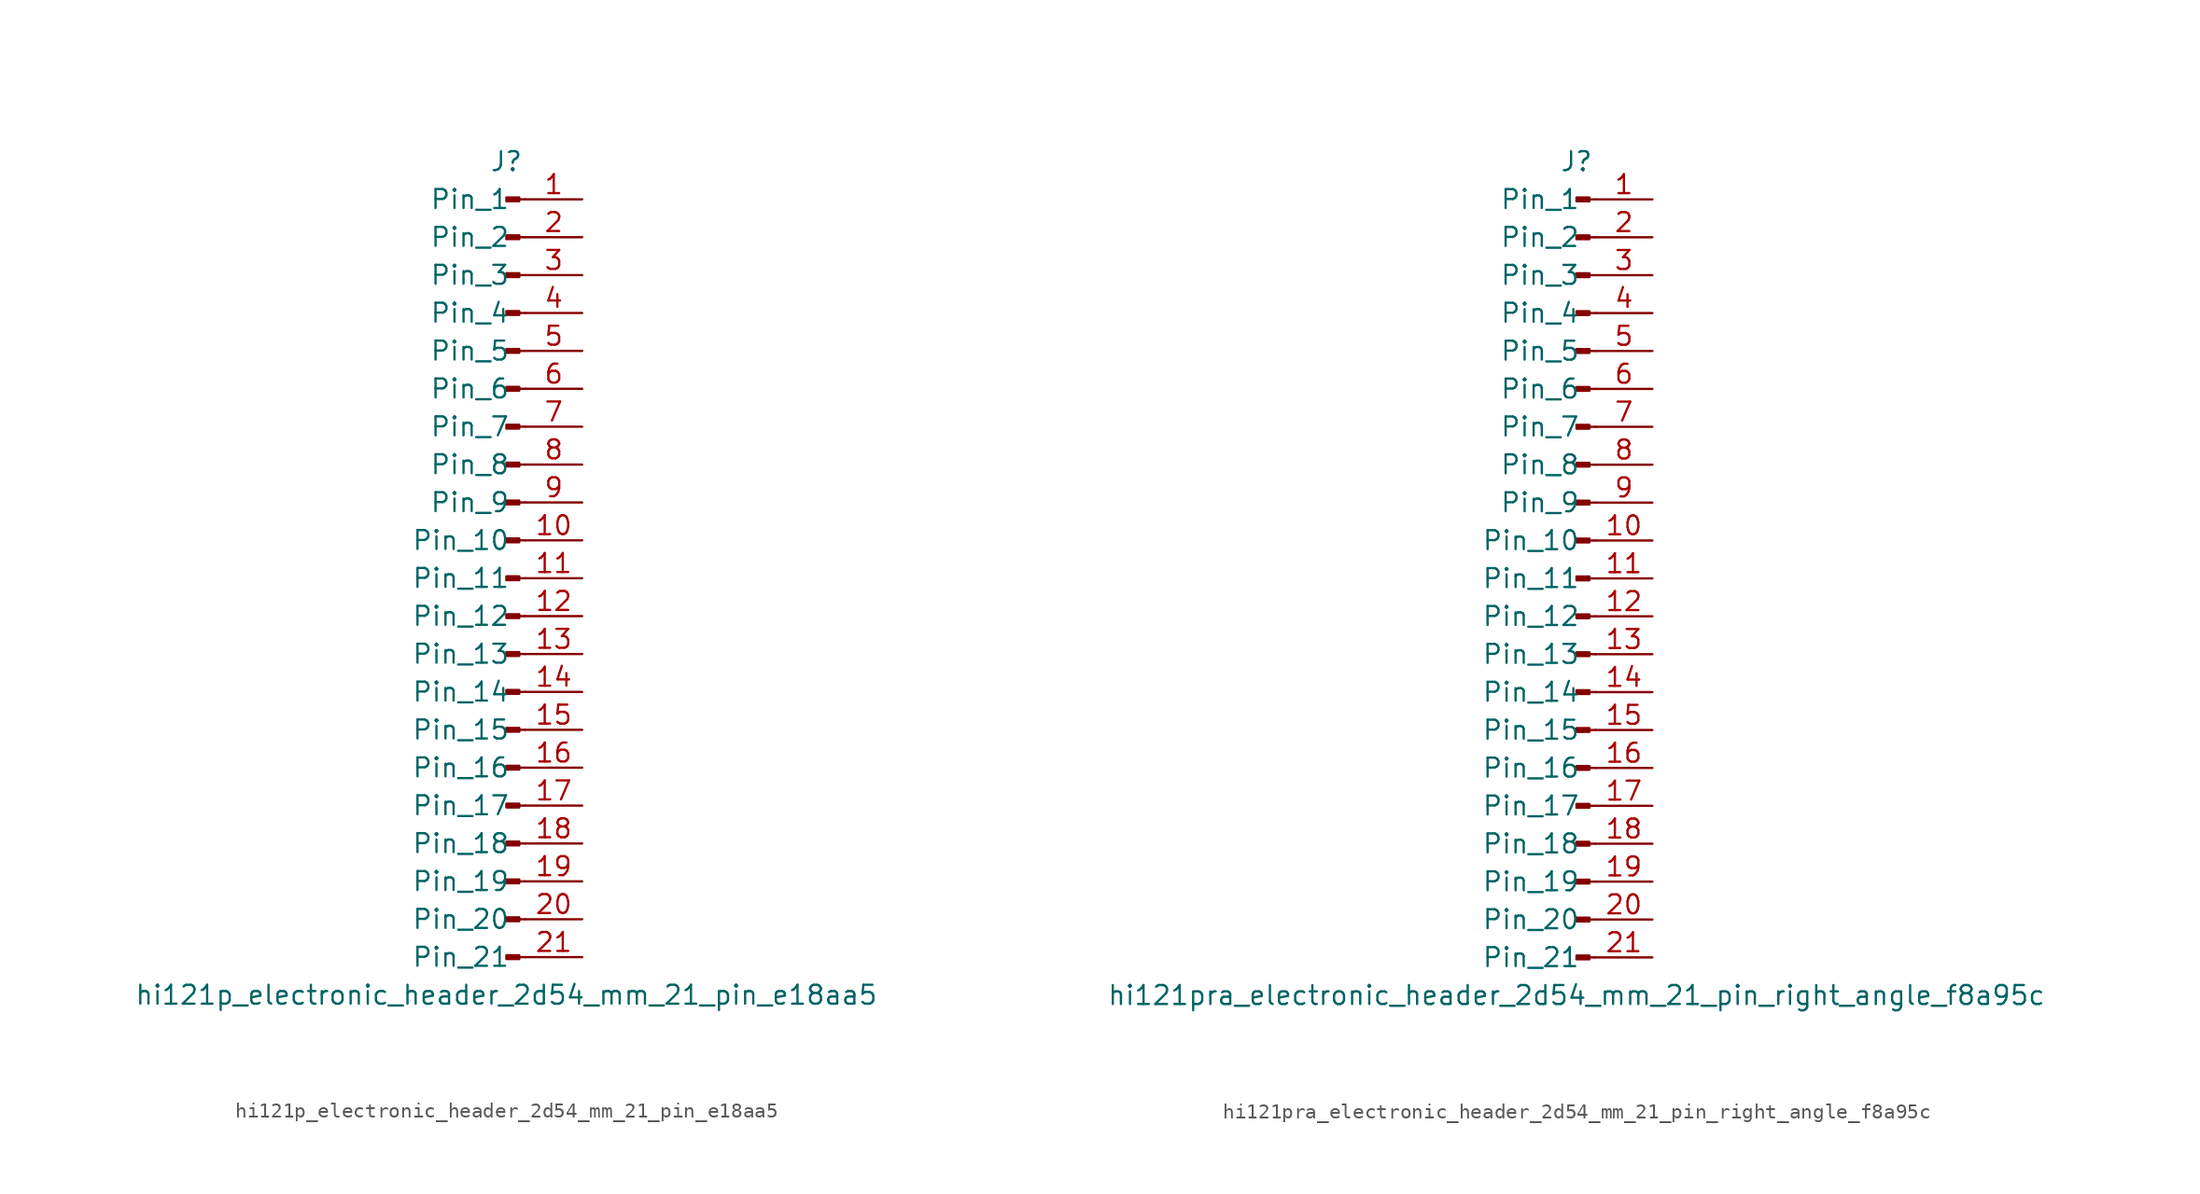
<source format=kicad_sym>
(kicad_symbol_lib
  (version 20220914)
  (generator kicad_symbol_editor)
  (symbol "hi121p_electronic_header_2d54_mm_21_pin_e18aa5"
    (pin_names
      (offset 1.016))
    (property "Reference" "J"
      (at 0 27.94 0)
      (effects (font (size 1.27 1.27))))
    (property "Value" "hi121p_electronic_header_2d54_mm_21_pin_e18aa5"
      (at 0 -27.94 0)
      (effects (font (size 1.27 1.27))))
    (property "ki_locked" ""
      (at 0 0 0)
      (effects (font (size 1.27 1.27))))
    (symbol "hi121p_electronic_header_2d54_mm_21_pin_e18aa5_1_1"
      (polyline (pts (xy 1.27 -25.4) (xy 0.864 -25.4)) (stroke (width 0.152) (type default)) (fill (type none)))
      (polyline (pts (xy 1.27 -22.86) (xy 0.864 -22.86)) (stroke (width 0.152) (type default)) (fill (type none)))
      (polyline (pts (xy 1.27 -20.32) (xy 0.864 -20.32)) (stroke (width 0.152) (type default)) (fill (type none)))
      (polyline (pts (xy 1.27 -17.78) (xy 0.864 -17.78)) (stroke (width 0.152) (type default)) (fill (type none)))
      (polyline (pts (xy 1.27 -15.24) (xy 0.864 -15.24)) (stroke (width 0.152) (type default)) (fill (type none)))
      (polyline (pts (xy 1.27 -12.7) (xy 0.864 -12.7)) (stroke (width 0.152) (type default)) (fill (type none)))
      (polyline (pts (xy 1.27 -10.16) (xy 0.864 -10.16)) (stroke (width 0.152) (type default)) (fill (type none)))
      (polyline (pts (xy 1.27 -7.62) (xy 0.864 -7.62)) (stroke (width 0.152) (type default)) (fill (type none)))
      (polyline (pts (xy 1.27 -5.08) (xy 0.864 -5.08)) (stroke (width 0.152) (type default)) (fill (type none)))
      (polyline (pts (xy 1.27 -2.54) (xy 0.864 -2.54)) (stroke (width 0.152) (type default)) (fill (type none)))
      (polyline (pts (xy 1.27 0) (xy 0.864 0)) (stroke (width 0.152) (type default)) (fill (type none)))
      (polyline (pts (xy 1.27 2.54) (xy 0.864 2.54)) (stroke (width 0.152) (type default)) (fill (type none)))
      (polyline (pts (xy 1.27 5.08) (xy 0.864 5.08)) (stroke (width 0.152) (type default)) (fill (type none)))
      (polyline (pts (xy 1.27 7.62) (xy 0.864 7.62)) (stroke (width 0.152) (type default)) (fill (type none)))
      (polyline (pts (xy 1.27 10.16) (xy 0.864 10.16)) (stroke (width 0.152) (type default)) (fill (type none)))
      (polyline (pts (xy 1.27 12.7) (xy 0.864 12.7)) (stroke (width 0.152) (type default)) (fill (type none)))
      (polyline (pts (xy 1.27 15.24) (xy 0.864 15.24)) (stroke (width 0.152) (type default)) (fill (type none)))
      (polyline (pts (xy 1.27 17.78) (xy 0.864 17.78)) (stroke (width 0.152) (type default)) (fill (type none)))
      (polyline (pts (xy 1.27 20.32) (xy 0.864 20.32)) (stroke (width 0.152) (type default)) (fill (type none)))
      (polyline (pts (xy 1.27 22.86) (xy 0.864 22.86)) (stroke (width 0.152) (type default)) (fill (type none)))
      (polyline (pts (xy 1.27 25.4) (xy 0.864 25.4)) (stroke (width 0.152) (type default)) (fill (type none)))
      (rectangle (start 0.864 -25.273) (end 0 -25.527) (stroke (width 0.152) (type default)) (fill (type outline)))
      (rectangle (start 0.864 -22.733) (end 0 -22.987) (stroke (width 0.152) (type default)) (fill (type outline)))
      (rectangle (start 0.864 -20.193) (end 0 -20.447) (stroke (width 0.152) (type default)) (fill (type outline)))
      (rectangle (start 0.864 -17.653) (end 0 -17.907) (stroke (width 0.152) (type default)) (fill (type outline)))
      (rectangle (start 0.864 -15.113) (end 0 -15.367) (stroke (width 0.152) (type default)) (fill (type outline)))
      (rectangle (start 0.864 -12.573) (end 0 -12.827) (stroke (width 0.152) (type default)) (fill (type outline)))
      (rectangle (start 0.864 -10.033) (end 0 -10.287) (stroke (width 0.152) (type default)) (fill (type outline)))
      (rectangle (start 0.864 -7.493) (end 0 -7.747) (stroke (width 0.152) (type default)) (fill (type outline)))
      (rectangle (start 0.864 -4.953) (end 0 -5.207) (stroke (width 0.152) (type default)) (fill (type outline)))
      (rectangle (start 0.864 -2.413) (end 0 -2.667) (stroke (width 0.152) (type default)) (fill (type outline)))
      (rectangle (start 0.864 0.127) (end 0 -0.127) (stroke (width 0.152) (type default)) (fill (type outline)))
      (rectangle (start 0.864 2.667) (end 0 2.413) (stroke (width 0.152) (type default)) (fill (type outline)))
      (rectangle (start 0.864 5.207) (end 0 4.953) (stroke (width 0.152) (type default)) (fill (type outline)))
      (rectangle (start 0.864 7.747) (end 0 7.493) (stroke (width 0.152) (type default)) (fill (type outline)))
      (rectangle (start 0.864 10.287) (end 0 10.033) (stroke (width 0.152) (type default)) (fill (type outline)))
      (rectangle (start 0.864 12.827) (end 0 12.573) (stroke (width 0.152) (type default)) (fill (type outline)))
      (rectangle (start 0.864 15.367) (end 0 15.113) (stroke (width 0.152) (type default)) (fill (type outline)))
      (rectangle (start 0.864 17.907) (end 0 17.653) (stroke (width 0.152) (type default)) (fill (type outline)))
      (rectangle (start 0.864 20.447) (end 0 20.193) (stroke (width 0.152) (type default)) (fill (type outline)))
      (rectangle (start 0.864 22.987) (end 0 22.733) (stroke (width 0.152) (type default)) (fill (type outline)))
      (rectangle (start 0.864 25.527) (end 0 25.273) (stroke (width 0.152) (type default)) (fill (type outline)))
      (pin passive line (at 5.08 25.4 180) (length 3.81) (name "Pin_1" (effects (font (size 1.27 1.27)))) (number "1" (effects (font (size 1.27 1.27)))))
      (pin passive line (at 5.08 2.54 180) (length 3.81) (name "Pin_10" (effects (font (size 1.27 1.27)))) (number "10" (effects (font (size 1.27 1.27)))))
      (pin passive line (at 5.08 0 180) (length 3.81) (name "Pin_11" (effects (font (size 1.27 1.27)))) (number "11" (effects (font (size 1.27 1.27)))))
      (pin passive line (at 5.08 -2.54 180) (length 3.81) (name "Pin_12" (effects (font (size 1.27 1.27)))) (number "12" (effects (font (size 1.27 1.27)))))
      (pin passive line (at 5.08 -5.08 180) (length 3.81) (name "Pin_13" (effects (font (size 1.27 1.27)))) (number "13" (effects (font (size 1.27 1.27)))))
      (pin passive line (at 5.08 -7.62 180) (length 3.81) (name "Pin_14" (effects (font (size 1.27 1.27)))) (number "14" (effects (font (size 1.27 1.27)))))
      (pin passive line (at 5.08 -10.16 180) (length 3.81) (name "Pin_15" (effects (font (size 1.27 1.27)))) (number "15" (effects (font (size 1.27 1.27)))))
      (pin passive line (at 5.08 -12.7 180) (length 3.81) (name "Pin_16" (effects (font (size 1.27 1.27)))) (number "16" (effects (font (size 1.27 1.27)))))
      (pin passive line (at 5.08 -15.24 180) (length 3.81) (name "Pin_17" (effects (font (size 1.27 1.27)))) (number "17" (effects (font (size 1.27 1.27)))))
      (pin passive line (at 5.08 -17.78 180) (length 3.81) (name "Pin_18" (effects (font (size 1.27 1.27)))) (number "18" (effects (font (size 1.27 1.27)))))
      (pin passive line (at 5.08 -20.32 180) (length 3.81) (name "Pin_19" (effects (font (size 1.27 1.27)))) (number "19" (effects (font (size 1.27 1.27)))))
      (pin passive line (at 5.08 22.86 180) (length 3.81) (name "Pin_2" (effects (font (size 1.27 1.27)))) (number "2" (effects (font (size 1.27 1.27)))))
      (pin passive line (at 5.08 -22.86 180) (length 3.81) (name "Pin_20" (effects (font (size 1.27 1.27)))) (number "20" (effects (font (size 1.27 1.27)))))
      (pin passive line (at 5.08 -25.4 180) (length 3.81) (name "Pin_21" (effects (font (size 1.27 1.27)))) (number "21" (effects (font (size 1.27 1.27)))))
      (pin passive line (at 5.08 20.32 180) (length 3.81) (name "Pin_3" (effects (font (size 1.27 1.27)))) (number "3" (effects (font (size 1.27 1.27)))))
      (pin passive line (at 5.08 17.78 180) (length 3.81) (name "Pin_4" (effects (font (size 1.27 1.27)))) (number "4" (effects (font (size 1.27 1.27)))))
      (pin passive line (at 5.08 15.24 180) (length 3.81) (name "Pin_5" (effects (font (size 1.27 1.27)))) (number "5" (effects (font (size 1.27 1.27)))))
      (pin passive line (at 5.08 12.7 180) (length 3.81) (name "Pin_6" (effects (font (size 1.27 1.27)))) (number "6" (effects (font (size 1.27 1.27)))))
      (pin passive line (at 5.08 10.16 180) (length 3.81) (name "Pin_7" (effects (font (size 1.27 1.27)))) (number "7" (effects (font (size 1.27 1.27)))))
      (pin passive line (at 5.08 7.62 180) (length 3.81) (name "Pin_8" (effects (font (size 1.27 1.27)))) (number "8" (effects (font (size 1.27 1.27)))))
      (pin passive line (at 5.08 5.08 180) (length 3.81) (name "Pin_9" (effects (font (size 1.27 1.27)))) (number "9" (effects (font (size 1.27 1.27)))))))
  (symbol "hi121pra_electronic_header_2d54_mm_21_pin_right_angle_f8a95c"
    (pin_names
      (offset 1.016))
    (property "Reference" "J"
      (at 0 27.94 0)
      (effects (font (size 1.27 1.27))))
    (property "Value" "hi121pra_electronic_header_2d54_mm_21_pin_right_angle_f8a95c"
      (at 0 -27.94 0)
      (effects (font (size 1.27 1.27))))
    (property "ki_locked" ""
      (at 0 0 0)
      (effects (font (size 1.27 1.27))))
    (symbol "hi121pra_electronic_header_2d54_mm_21_pin_right_angle_f8a95c_1_1"
      (polyline (pts (xy 1.27 -25.4) (xy 0.864 -25.4)) (stroke (width 0.152) (type default)) (fill (type none)))
      (polyline (pts (xy 1.27 -22.86) (xy 0.864 -22.86)) (stroke (width 0.152) (type default)) (fill (type none)))
      (polyline (pts (xy 1.27 -20.32) (xy 0.864 -20.32)) (stroke (width 0.152) (type default)) (fill (type none)))
      (polyline (pts (xy 1.27 -17.78) (xy 0.864 -17.78)) (stroke (width 0.152) (type default)) (fill (type none)))
      (polyline (pts (xy 1.27 -15.24) (xy 0.864 -15.24)) (stroke (width 0.152) (type default)) (fill (type none)))
      (polyline (pts (xy 1.27 -12.7) (xy 0.864 -12.7)) (stroke (width 0.152) (type default)) (fill (type none)))
      (polyline (pts (xy 1.27 -10.16) (xy 0.864 -10.16)) (stroke (width 0.152) (type default)) (fill (type none)))
      (polyline (pts (xy 1.27 -7.62) (xy 0.864 -7.62)) (stroke (width 0.152) (type default)) (fill (type none)))
      (polyline (pts (xy 1.27 -5.08) (xy 0.864 -5.08)) (stroke (width 0.152) (type default)) (fill (type none)))
      (polyline (pts (xy 1.27 -2.54) (xy 0.864 -2.54)) (stroke (width 0.152) (type default)) (fill (type none)))
      (polyline (pts (xy 1.27 0) (xy 0.864 0)) (stroke (width 0.152) (type default)) (fill (type none)))
      (polyline (pts (xy 1.27 2.54) (xy 0.864 2.54)) (stroke (width 0.152) (type default)) (fill (type none)))
      (polyline (pts (xy 1.27 5.08) (xy 0.864 5.08)) (stroke (width 0.152) (type default)) (fill (type none)))
      (polyline (pts (xy 1.27 7.62) (xy 0.864 7.62)) (stroke (width 0.152) (type default)) (fill (type none)))
      (polyline (pts (xy 1.27 10.16) (xy 0.864 10.16)) (stroke (width 0.152) (type default)) (fill (type none)))
      (polyline (pts (xy 1.27 12.7) (xy 0.864 12.7)) (stroke (width 0.152) (type default)) (fill (type none)))
      (polyline (pts (xy 1.27 15.24) (xy 0.864 15.24)) (stroke (width 0.152) (type default)) (fill (type none)))
      (polyline (pts (xy 1.27 17.78) (xy 0.864 17.78)) (stroke (width 0.152) (type default)) (fill (type none)))
      (polyline (pts (xy 1.27 20.32) (xy 0.864 20.32)) (stroke (width 0.152) (type default)) (fill (type none)))
      (polyline (pts (xy 1.27 22.86) (xy 0.864 22.86)) (stroke (width 0.152) (type default)) (fill (type none)))
      (polyline (pts (xy 1.27 25.4) (xy 0.864 25.4)) (stroke (width 0.152) (type default)) (fill (type none)))
      (rectangle (start 0.864 -25.273) (end 0 -25.527) (stroke (width 0.152) (type default)) (fill (type outline)))
      (rectangle (start 0.864 -22.733) (end 0 -22.987) (stroke (width 0.152) (type default)) (fill (type outline)))
      (rectangle (start 0.864 -20.193) (end 0 -20.447) (stroke (width 0.152) (type default)) (fill (type outline)))
      (rectangle (start 0.864 -17.653) (end 0 -17.907) (stroke (width 0.152) (type default)) (fill (type outline)))
      (rectangle (start 0.864 -15.113) (end 0 -15.367) (stroke (width 0.152) (type default)) (fill (type outline)))
      (rectangle (start 0.864 -12.573) (end 0 -12.827) (stroke (width 0.152) (type default)) (fill (type outline)))
      (rectangle (start 0.864 -10.033) (end 0 -10.287) (stroke (width 0.152) (type default)) (fill (type outline)))
      (rectangle (start 0.864 -7.493) (end 0 -7.747) (stroke (width 0.152) (type default)) (fill (type outline)))
      (rectangle (start 0.864 -4.953) (end 0 -5.207) (stroke (width 0.152) (type default)) (fill (type outline)))
      (rectangle (start 0.864 -2.413) (end 0 -2.667) (stroke (width 0.152) (type default)) (fill (type outline)))
      (rectangle (start 0.864 0.127) (end 0 -0.127) (stroke (width 0.152) (type default)) (fill (type outline)))
      (rectangle (start 0.864 2.667) (end 0 2.413) (stroke (width 0.152) (type default)) (fill (type outline)))
      (rectangle (start 0.864 5.207) (end 0 4.953) (stroke (width 0.152) (type default)) (fill (type outline)))
      (rectangle (start 0.864 7.747) (end 0 7.493) (stroke (width 0.152) (type default)) (fill (type outline)))
      (rectangle (start 0.864 10.287) (end 0 10.033) (stroke (width 0.152) (type default)) (fill (type outline)))
      (rectangle (start 0.864 12.827) (end 0 12.573) (stroke (width 0.152) (type default)) (fill (type outline)))
      (rectangle (start 0.864 15.367) (end 0 15.113) (stroke (width 0.152) (type default)) (fill (type outline)))
      (rectangle (start 0.864 17.907) (end 0 17.653) (stroke (width 0.152) (type default)) (fill (type outline)))
      (rectangle (start 0.864 20.447) (end 0 20.193) (stroke (width 0.152) (type default)) (fill (type outline)))
      (rectangle (start 0.864 22.987) (end 0 22.733) (stroke (width 0.152) (type default)) (fill (type outline)))
      (rectangle (start 0.864 25.527) (end 0 25.273) (stroke (width 0.152) (type default)) (fill (type outline)))
      (pin passive line (at 5.08 25.4 180) (length 3.81) (name "Pin_1" (effects (font (size 1.27 1.27)))) (number "1" (effects (font (size 1.27 1.27)))))
      (pin passive line (at 5.08 2.54 180) (length 3.81) (name "Pin_10" (effects (font (size 1.27 1.27)))) (number "10" (effects (font (size 1.27 1.27)))))
      (pin passive line (at 5.08 0 180) (length 3.81) (name "Pin_11" (effects (font (size 1.27 1.27)))) (number "11" (effects (font (size 1.27 1.27)))))
      (pin passive line (at 5.08 -2.54 180) (length 3.81) (name "Pin_12" (effects (font (size 1.27 1.27)))) (number "12" (effects (font (size 1.27 1.27)))))
      (pin passive line (at 5.08 -5.08 180) (length 3.81) (name "Pin_13" (effects (font (size 1.27 1.27)))) (number "13" (effects (font (size 1.27 1.27)))))
      (pin passive line (at 5.08 -7.62 180) (length 3.81) (name "Pin_14" (effects (font (size 1.27 1.27)))) (number "14" (effects (font (size 1.27 1.27)))))
      (pin passive line (at 5.08 -10.16 180) (length 3.81) (name "Pin_15" (effects (font (size 1.27 1.27)))) (number "15" (effects (font (size 1.27 1.27)))))
      (pin passive line (at 5.08 -12.7 180) (length 3.81) (name "Pin_16" (effects (font (size 1.27 1.27)))) (number "16" (effects (font (size 1.27 1.27)))))
      (pin passive line (at 5.08 -15.24 180) (length 3.81) (name "Pin_17" (effects (font (size 1.27 1.27)))) (number "17" (effects (font (size 1.27 1.27)))))
      (pin passive line (at 5.08 -17.78 180) (length 3.81) (name "Pin_18" (effects (font (size 1.27 1.27)))) (number "18" (effects (font (size 1.27 1.27)))))
      (pin passive line (at 5.08 -20.32 180) (length 3.81) (name "Pin_19" (effects (font (size 1.27 1.27)))) (number "19" (effects (font (size 1.27 1.27)))))
      (pin passive line (at 5.08 22.86 180) (length 3.81) (name "Pin_2" (effects (font (size 1.27 1.27)))) (number "2" (effects (font (size 1.27 1.27)))))
      (pin passive line (at 5.08 -22.86 180) (length 3.81) (name "Pin_20" (effects (font (size 1.27 1.27)))) (number "20" (effects (font (size 1.27 1.27)))))
      (pin passive line (at 5.08 -25.4 180) (length 3.81) (name "Pin_21" (effects (font (size 1.27 1.27)))) (number "21" (effects (font (size 1.27 1.27)))))
      (pin passive line (at 5.08 20.32 180) (length 3.81) (name "Pin_3" (effects (font (size 1.27 1.27)))) (number "3" (effects (font (size 1.27 1.27)))))
      (pin passive line (at 5.08 17.78 180) (length 3.81) (name "Pin_4" (effects (font (size 1.27 1.27)))) (number "4" (effects (font (size 1.27 1.27)))))
      (pin passive line (at 5.08 15.24 180) (length 3.81) (name "Pin_5" (effects (font (size 1.27 1.27)))) (number "5" (effects (font (size 1.27 1.27)))))
      (pin passive line (at 5.08 12.7 180) (length 3.81) (name "Pin_6" (effects (font (size 1.27 1.27)))) (number "6" (effects (font (size 1.27 1.27)))))
      (pin passive line (at 5.08 10.16 180) (length 3.81) (name "Pin_7" (effects (font (size 1.27 1.27)))) (number "7" (effects (font (size 1.27 1.27)))))
      (pin passive line (at 5.08 7.62 180) (length 3.81) (name "Pin_8" (effects (font (size 1.27 1.27)))) (number "8" (effects (font (size 1.27 1.27)))))
      (pin passive line (at 5.08 5.08 180) (length 3.81) (name "Pin_9" (effects (font (size 1.27 1.27)))) (number "9" (effects (font (size 1.27 1.27))))))))
</source>
